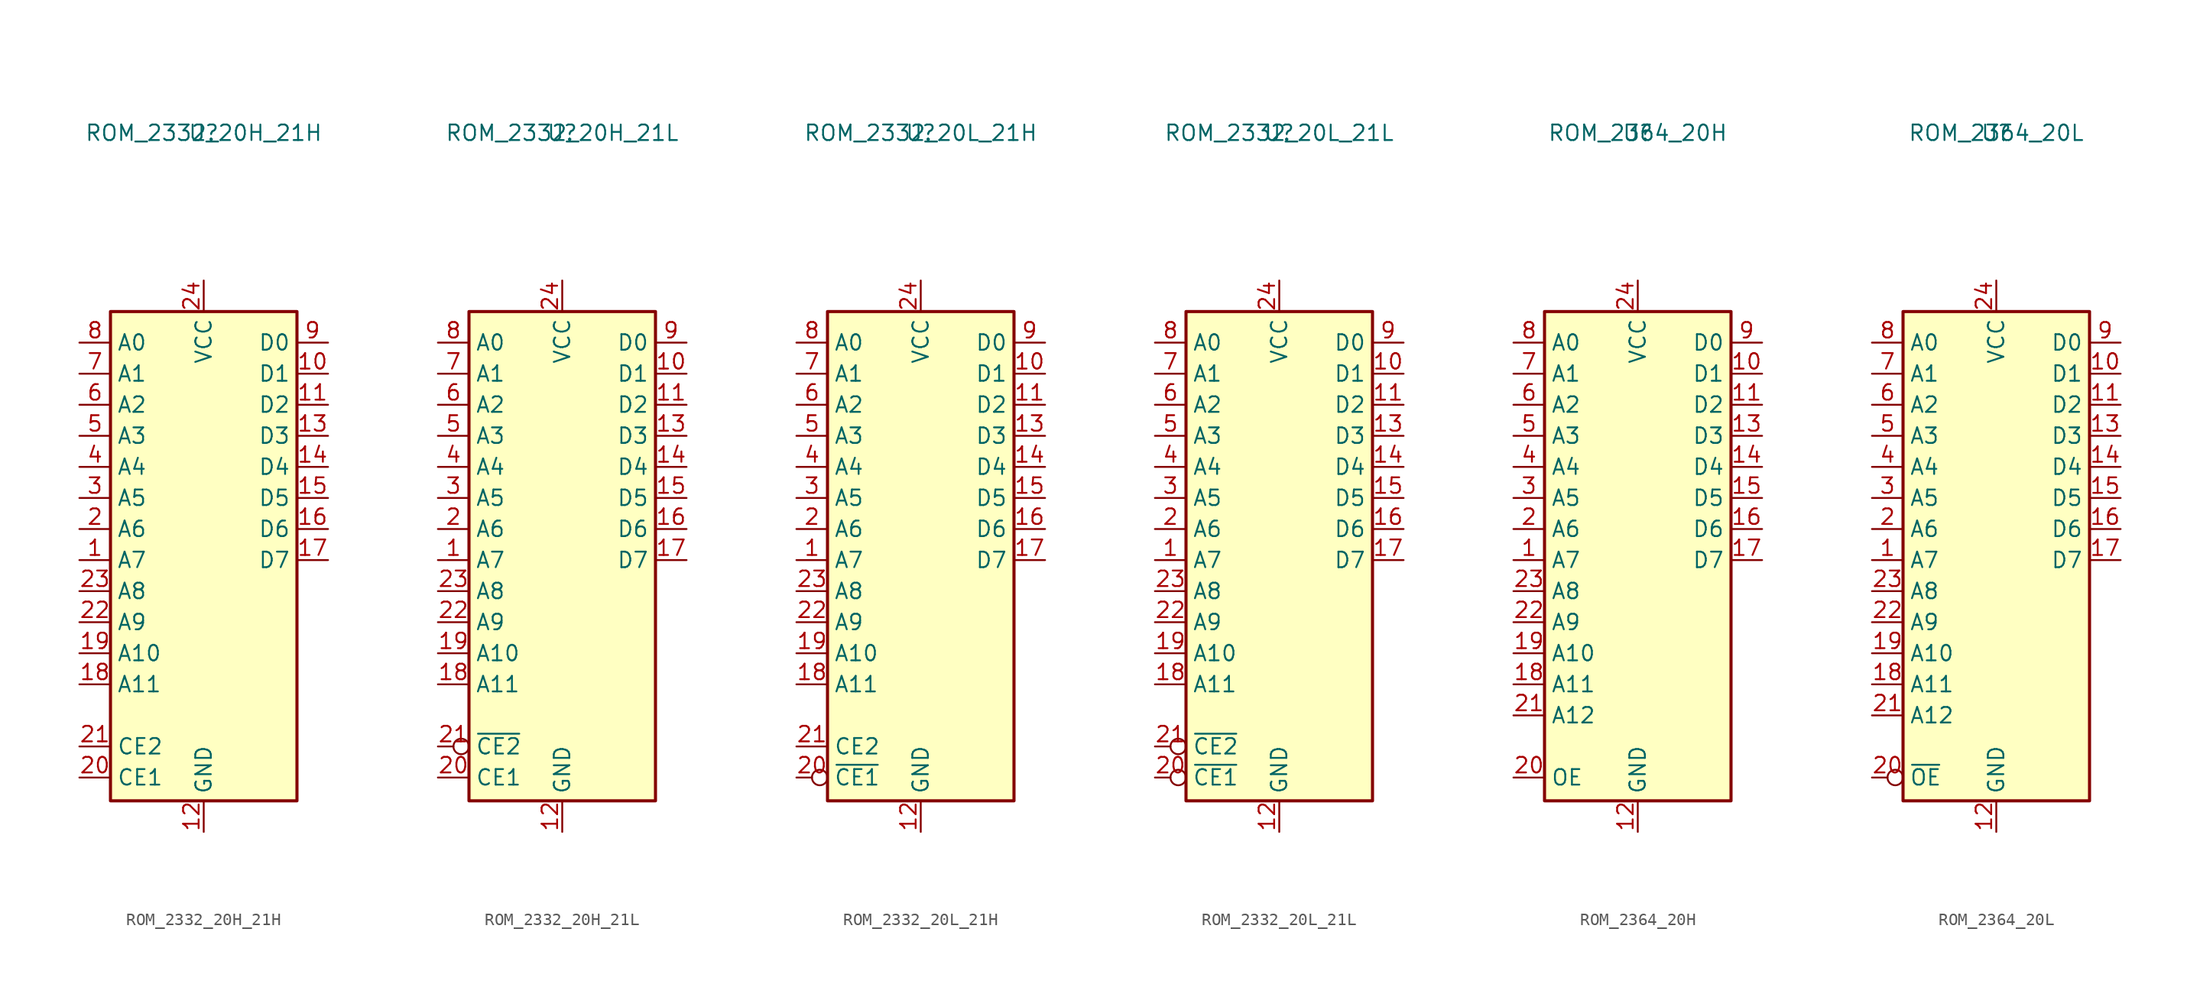
<source format=kicad_sym>
(kicad_symbol_lib
  (version 20241209)
  (generator "kicad_symbol_editor")
  (generator_version "9.0")
  (symbol "ROM_2332_20H_21H"
    (property "Reference" "U"
      (at 0 0 0)
      (effects (font (size 1.27 1.27))))
    (property "Value" "ROM_2332_20H_21H"
      (at 0 0 0)
      (effects (font (size 1.27 1.27))))
    (symbol "ROM_2332_20H_21H_1_1"
      (rectangle (start -7.62 -14.605) (end 7.62 -54.61) (stroke (width 0.254) (type default)) (fill (type background)))
      (pin input line (at -10.16 -17.145 0) (length 2.54) (name "A0" (effects (font (size 1.27 1.27)))) (number "8" (effects (font (size 1.27 1.27)))))
      (pin input line (at -10.16 -19.685 0) (length 2.54) (name "A1" (effects (font (size 1.27 1.27)))) (number "7" (effects (font (size 1.27 1.27)))))
      (pin input line (at -10.16 -22.225 0) (length 2.54) (name "A2" (effects (font (size 1.27 1.27)))) (number "6" (effects (font (size 1.27 1.27)))))
      (pin input line (at -10.16 -24.765 0) (length 2.54) (name "A3" (effects (font (size 1.27 1.27)))) (number "5" (effects (font (size 1.27 1.27)))))
      (pin input line (at -10.16 -27.305 0) (length 2.54) (name "A4" (effects (font (size 1.27 1.27)))) (number "4" (effects (font (size 1.27 1.27)))))
      (pin input line (at -10.16 -29.845 0) (length 2.54) (name "A5" (effects (font (size 1.27 1.27)))) (number "3" (effects (font (size 1.27 1.27)))))
      (pin input line (at -10.16 -32.385 0) (length 2.54) (name "A6" (effects (font (size 1.27 1.27)))) (number "2" (effects (font (size 1.27 1.27)))))
      (pin input line (at -10.16 -34.925 0) (length 2.54) (name "A7" (effects (font (size 1.27 1.27)))) (number "1" (effects (font (size 1.27 1.27)))))
      (pin input line (at -10.16 -37.465 0) (length 2.54) (name "A8" (effects (font (size 1.27 1.27)))) (number "23" (effects (font (size 1.27 1.27)))))
      (pin input line (at -10.16 -40.005 0) (length 2.54) (name "A9" (effects (font (size 1.27 1.27)))) (number "22" (effects (font (size 1.27 1.27)))))
      (pin input line (at -10.16 -42.545 0) (length 2.54) (name "A10" (effects (font (size 1.27 1.27)))) (number "19" (effects (font (size 1.27 1.27)))))
      (pin input line (at -10.16 -45.085 0) (length 2.54) (name "A11" (effects (font (size 1.27 1.27)))) (number "18" (effects (font (size 1.27 1.27)))))
      (pin input line (at -10.16 -50.165 0) (length 2.54) (name "CE2" (effects (font (size 1.27 1.27)))) (number "21" (effects (font (size 1.27 1.27)))))
      (pin input line (at -10.16 -52.705 0) (length 2.54) (name "CE1" (effects (font (size 1.27 1.27)))) (number "20" (effects (font (size 1.27 1.27)))))
      (pin power_in line (at 0 -12.065 270) (length 2.54) (name "VCC" (effects (font (size 1.27 1.27)))) (number "24" (effects (font (size 1.27 1.27)))))
      (pin power_in line (at 0 -57.15 90) (length 2.54) (name "GND" (effects (font (size 1.27 1.27)))) (number "12" (effects (font (size 1.27 1.27)))))
      (pin tri_state line (at 10.16 -17.145 180) (length 2.54) (name "D0" (effects (font (size 1.27 1.27)))) (number "9" (effects (font (size 1.27 1.27)))))
      (pin tri_state line (at 10.16 -19.685 180) (length 2.54) (name "D1" (effects (font (size 1.27 1.27)))) (number "10" (effects (font (size 1.27 1.27)))))
      (pin tri_state line (at 10.16 -22.225 180) (length 2.54) (name "D2" (effects (font (size 1.27 1.27)))) (number "11" (effects (font (size 1.27 1.27)))))
      (pin tri_state line (at 10.16 -24.765 180) (length 2.54) (name "D3" (effects (font (size 1.27 1.27)))) (number "13" (effects (font (size 1.27 1.27)))))
      (pin tri_state line (at 10.16 -27.305 180) (length 2.54) (name "D4" (effects (font (size 1.27 1.27)))) (number "14" (effects (font (size 1.27 1.27)))))
      (pin tri_state line (at 10.16 -29.845 180) (length 2.54) (name "D5" (effects (font (size 1.27 1.27)))) (number "15" (effects (font (size 1.27 1.27)))))
      (pin tri_state line (at 10.16 -32.385 180) (length 2.54) (name "D6" (effects (font (size 1.27 1.27)))) (number "16" (effects (font (size 1.27 1.27)))))
      (pin tri_state line (at 10.16 -34.925 180) (length 2.54) (name "D7" (effects (font (size 1.27 1.27)))) (number "17" (effects (font (size 1.27 1.27)))))))
  (symbol "ROM_2332_20H_21L"
    (property "Reference" "U"
      (at 0 0 0)
      (effects (font (size 1.27 1.27))))
    (property "Value" "ROM_2332_20H_21L"
      (at 0 0 0)
      (effects (font (size 1.27 1.27))))
    (symbol "ROM_2332_20H_21L_1_1"
      (rectangle (start -7.62 -14.605) (end 7.62 -54.61) (stroke (width 0.254) (type default)) (fill (type background)))
      (pin input line (at -10.16 -17.145 0) (length 2.54) (name "A0" (effects (font (size 1.27 1.27)))) (number "8" (effects (font (size 1.27 1.27)))))
      (pin input line (at -10.16 -19.685 0) (length 2.54) (name "A1" (effects (font (size 1.27 1.27)))) (number "7" (effects (font (size 1.27 1.27)))))
      (pin input line (at -10.16 -22.225 0) (length 2.54) (name "A2" (effects (font (size 1.27 1.27)))) (number "6" (effects (font (size 1.27 1.27)))))
      (pin input line (at -10.16 -24.765 0) (length 2.54) (name "A3" (effects (font (size 1.27 1.27)))) (number "5" (effects (font (size 1.27 1.27)))))
      (pin input line (at -10.16 -27.305 0) (length 2.54) (name "A4" (effects (font (size 1.27 1.27)))) (number "4" (effects (font (size 1.27 1.27)))))
      (pin input line (at -10.16 -29.845 0) (length 2.54) (name "A5" (effects (font (size 1.27 1.27)))) (number "3" (effects (font (size 1.27 1.27)))))
      (pin input line (at -10.16 -32.385 0) (length 2.54) (name "A6" (effects (font (size 1.27 1.27)))) (number "2" (effects (font (size 1.27 1.27)))))
      (pin input line (at -10.16 -34.925 0) (length 2.54) (name "A7" (effects (font (size 1.27 1.27)))) (number "1" (effects (font (size 1.27 1.27)))))
      (pin input line (at -10.16 -37.465 0) (length 2.54) (name "A8" (effects (font (size 1.27 1.27)))) (number "23" (effects (font (size 1.27 1.27)))))
      (pin input line (at -10.16 -40.005 0) (length 2.54) (name "A9" (effects (font (size 1.27 1.27)))) (number "22" (effects (font (size 1.27 1.27)))))
      (pin input line (at -10.16 -42.545 0) (length 2.54) (name "A10" (effects (font (size 1.27 1.27)))) (number "19" (effects (font (size 1.27 1.27)))))
      (pin input line (at -10.16 -45.085 0) (length 2.54) (name "A11" (effects (font (size 1.27 1.27)))) (number "18" (effects (font (size 1.27 1.27)))))
      (pin input inverted (at -10.16 -50.165 0) (length 2.54) (name "~{CE2}" (effects (font (size 1.27 1.27)))) (number "21" (effects (font (size 1.27 1.27)))))
      (pin input line (at -10.16 -52.705 0) (length 2.54) (name "CE1" (effects (font (size 1.27 1.27)))) (number "20" (effects (font (size 1.27 1.27)))))
      (pin power_in line (at 0 -12.065 270) (length 2.54) (name "VCC" (effects (font (size 1.27 1.27)))) (number "24" (effects (font (size 1.27 1.27)))))
      (pin power_in line (at 0 -57.15 90) (length 2.54) (name "GND" (effects (font (size 1.27 1.27)))) (number "12" (effects (font (size 1.27 1.27)))))
      (pin tri_state line (at 10.16 -17.145 180) (length 2.54) (name "D0" (effects (font (size 1.27 1.27)))) (number "9" (effects (font (size 1.27 1.27)))))
      (pin tri_state line (at 10.16 -19.685 180) (length 2.54) (name "D1" (effects (font (size 1.27 1.27)))) (number "10" (effects (font (size 1.27 1.27)))))
      (pin tri_state line (at 10.16 -22.225 180) (length 2.54) (name "D2" (effects (font (size 1.27 1.27)))) (number "11" (effects (font (size 1.27 1.27)))))
      (pin tri_state line (at 10.16 -24.765 180) (length 2.54) (name "D3" (effects (font (size 1.27 1.27)))) (number "13" (effects (font (size 1.27 1.27)))))
      (pin tri_state line (at 10.16 -27.305 180) (length 2.54) (name "D4" (effects (font (size 1.27 1.27)))) (number "14" (effects (font (size 1.27 1.27)))))
      (pin tri_state line (at 10.16 -29.845 180) (length 2.54) (name "D5" (effects (font (size 1.27 1.27)))) (number "15" (effects (font (size 1.27 1.27)))))
      (pin tri_state line (at 10.16 -32.385 180) (length 2.54) (name "D6" (effects (font (size 1.27 1.27)))) (number "16" (effects (font (size 1.27 1.27)))))
      (pin tri_state line (at 10.16 -34.925 180) (length 2.54) (name "D7" (effects (font (size 1.27 1.27)))) (number "17" (effects (font (size 1.27 1.27)))))))
  (symbol "ROM_2332_20L_21H"
    (property "Reference" "U"
      (at 0 0 0)
      (effects (font (size 1.27 1.27))))
    (property "Value" "ROM_2332_20L_21H"
      (at 0 0 0)
      (effects (font (size 1.27 1.27))))
    (symbol "ROM_2332_20L_21H_1_1"
      (rectangle (start -7.62 -14.605) (end 7.62 -54.61) (stroke (width 0.254) (type default)) (fill (type background)))
      (pin input line (at -10.16 -17.145 0) (length 2.54) (name "A0" (effects (font (size 1.27 1.27)))) (number "8" (effects (font (size 1.27 1.27)))))
      (pin input line (at -10.16 -19.685 0) (length 2.54) (name "A1" (effects (font (size 1.27 1.27)))) (number "7" (effects (font (size 1.27 1.27)))))
      (pin input line (at -10.16 -22.225 0) (length 2.54) (name "A2" (effects (font (size 1.27 1.27)))) (number "6" (effects (font (size 1.27 1.27)))))
      (pin input line (at -10.16 -24.765 0) (length 2.54) (name "A3" (effects (font (size 1.27 1.27)))) (number "5" (effects (font (size 1.27 1.27)))))
      (pin input line (at -10.16 -27.305 0) (length 2.54) (name "A4" (effects (font (size 1.27 1.27)))) (number "4" (effects (font (size 1.27 1.27)))))
      (pin input line (at -10.16 -29.845 0) (length 2.54) (name "A5" (effects (font (size 1.27 1.27)))) (number "3" (effects (font (size 1.27 1.27)))))
      (pin input line (at -10.16 -32.385 0) (length 2.54) (name "A6" (effects (font (size 1.27 1.27)))) (number "2" (effects (font (size 1.27 1.27)))))
      (pin input line (at -10.16 -34.925 0) (length 2.54) (name "A7" (effects (font (size 1.27 1.27)))) (number "1" (effects (font (size 1.27 1.27)))))
      (pin input line (at -10.16 -37.465 0) (length 2.54) (name "A8" (effects (font (size 1.27 1.27)))) (number "23" (effects (font (size 1.27 1.27)))))
      (pin input line (at -10.16 -40.005 0) (length 2.54) (name "A9" (effects (font (size 1.27 1.27)))) (number "22" (effects (font (size 1.27 1.27)))))
      (pin input line (at -10.16 -42.545 0) (length 2.54) (name "A10" (effects (font (size 1.27 1.27)))) (number "19" (effects (font (size 1.27 1.27)))))
      (pin input line (at -10.16 -45.085 0) (length 2.54) (name "A11" (effects (font (size 1.27 1.27)))) (number "18" (effects (font (size 1.27 1.27)))))
      (pin input line (at -10.16 -50.165 0) (length 2.54) (name "CE2" (effects (font (size 1.27 1.27)))) (number "21" (effects (font (size 1.27 1.27)))))
      (pin input inverted (at -10.16 -52.705 0) (length 2.54) (name "~{CE1}" (effects (font (size 1.27 1.27)))) (number "20" (effects (font (size 1.27 1.27)))))
      (pin power_in line (at 0 -12.065 270) (length 2.54) (name "VCC" (effects (font (size 1.27 1.27)))) (number "24" (effects (font (size 1.27 1.27)))))
      (pin power_in line (at 0 -57.15 90) (length 2.54) (name "GND" (effects (font (size 1.27 1.27)))) (number "12" (effects (font (size 1.27 1.27)))))
      (pin tri_state line (at 10.16 -17.145 180) (length 2.54) (name "D0" (effects (font (size 1.27 1.27)))) (number "9" (effects (font (size 1.27 1.27)))))
      (pin tri_state line (at 10.16 -19.685 180) (length 2.54) (name "D1" (effects (font (size 1.27 1.27)))) (number "10" (effects (font (size 1.27 1.27)))))
      (pin tri_state line (at 10.16 -22.225 180) (length 2.54) (name "D2" (effects (font (size 1.27 1.27)))) (number "11" (effects (font (size 1.27 1.27)))))
      (pin tri_state line (at 10.16 -24.765 180) (length 2.54) (name "D3" (effects (font (size 1.27 1.27)))) (number "13" (effects (font (size 1.27 1.27)))))
      (pin tri_state line (at 10.16 -27.305 180) (length 2.54) (name "D4" (effects (font (size 1.27 1.27)))) (number "14" (effects (font (size 1.27 1.27)))))
      (pin tri_state line (at 10.16 -29.845 180) (length 2.54) (name "D5" (effects (font (size 1.27 1.27)))) (number "15" (effects (font (size 1.27 1.27)))))
      (pin tri_state line (at 10.16 -32.385 180) (length 2.54) (name "D6" (effects (font (size 1.27 1.27)))) (number "16" (effects (font (size 1.27 1.27)))))
      (pin tri_state line (at 10.16 -34.925 180) (length 2.54) (name "D7" (effects (font (size 1.27 1.27)))) (number "17" (effects (font (size 1.27 1.27)))))))
  (symbol "ROM_2332_20L_21L"
    (property "Reference" "U"
      (at 0 0 0)
      (effects (font (size 1.27 1.27))))
    (property "Value" "ROM_2332_20L_21L"
      (at 0 0 0)
      (effects (font (size 1.27 1.27))))
    (symbol "ROM_2332_20L_21L_1_1"
      (rectangle (start -7.62 -14.605) (end 7.62 -54.61) (stroke (width 0.254) (type default)) (fill (type background)))
      (pin input line (at -10.16 -17.145 0) (length 2.54) (name "A0" (effects (font (size 1.27 1.27)))) (number "8" (effects (font (size 1.27 1.27)))))
      (pin input line (at -10.16 -19.685 0) (length 2.54) (name "A1" (effects (font (size 1.27 1.27)))) (number "7" (effects (font (size 1.27 1.27)))))
      (pin input line (at -10.16 -22.225 0) (length 2.54) (name "A2" (effects (font (size 1.27 1.27)))) (number "6" (effects (font (size 1.27 1.27)))))
      (pin input line (at -10.16 -24.765 0) (length 2.54) (name "A3" (effects (font (size 1.27 1.27)))) (number "5" (effects (font (size 1.27 1.27)))))
      (pin input line (at -10.16 -27.305 0) (length 2.54) (name "A4" (effects (font (size 1.27 1.27)))) (number "4" (effects (font (size 1.27 1.27)))))
      (pin input line (at -10.16 -29.845 0) (length 2.54) (name "A5" (effects (font (size 1.27 1.27)))) (number "3" (effects (font (size 1.27 1.27)))))
      (pin input line (at -10.16 -32.385 0) (length 2.54) (name "A6" (effects (font (size 1.27 1.27)))) (number "2" (effects (font (size 1.27 1.27)))))
      (pin input line (at -10.16 -34.925 0) (length 2.54) (name "A7" (effects (font (size 1.27 1.27)))) (number "1" (effects (font (size 1.27 1.27)))))
      (pin input line (at -10.16 -37.465 0) (length 2.54) (name "A8" (effects (font (size 1.27 1.27)))) (number "23" (effects (font (size 1.27 1.27)))))
      (pin input line (at -10.16 -40.005 0) (length 2.54) (name "A9" (effects (font (size 1.27 1.27)))) (number "22" (effects (font (size 1.27 1.27)))))
      (pin input line (at -10.16 -42.545 0) (length 2.54) (name "A10" (effects (font (size 1.27 1.27)))) (number "19" (effects (font (size 1.27 1.27)))))
      (pin input line (at -10.16 -45.085 0) (length 2.54) (name "A11" (effects (font (size 1.27 1.27)))) (number "18" (effects (font (size 1.27 1.27)))))
      (pin input inverted (at -10.16 -50.165 0) (length 2.54) (name "~{CE2}" (effects (font (size 1.27 1.27)))) (number "21" (effects (font (size 1.27 1.27)))))
      (pin input inverted (at -10.16 -52.705 0) (length 2.54) (name "~{CE1}" (effects (font (size 1.27 1.27)))) (number "20" (effects (font (size 1.27 1.27)))))
      (pin power_in line (at 0 -12.065 270) (length 2.54) (name "VCC" (effects (font (size 1.27 1.27)))) (number "24" (effects (font (size 1.27 1.27)))))
      (pin power_in line (at 0 -57.15 90) (length 2.54) (name "GND" (effects (font (size 1.27 1.27)))) (number "12" (effects (font (size 1.27 1.27)))))
      (pin tri_state line (at 10.16 -17.145 180) (length 2.54) (name "D0" (effects (font (size 1.27 1.27)))) (number "9" (effects (font (size 1.27 1.27)))))
      (pin tri_state line (at 10.16 -19.685 180) (length 2.54) (name "D1" (effects (font (size 1.27 1.27)))) (number "10" (effects (font (size 1.27 1.27)))))
      (pin tri_state line (at 10.16 -22.225 180) (length 2.54) (name "D2" (effects (font (size 1.27 1.27)))) (number "11" (effects (font (size 1.27 1.27)))))
      (pin tri_state line (at 10.16 -24.765 180) (length 2.54) (name "D3" (effects (font (size 1.27 1.27)))) (number "13" (effects (font (size 1.27 1.27)))))
      (pin tri_state line (at 10.16 -27.305 180) (length 2.54) (name "D4" (effects (font (size 1.27 1.27)))) (number "14" (effects (font (size 1.27 1.27)))))
      (pin tri_state line (at 10.16 -29.845 180) (length 2.54) (name "D5" (effects (font (size 1.27 1.27)))) (number "15" (effects (font (size 1.27 1.27)))))
      (pin tri_state line (at 10.16 -32.385 180) (length 2.54) (name "D6" (effects (font (size 1.27 1.27)))) (number "16" (effects (font (size 1.27 1.27)))))
      (pin tri_state line (at 10.16 -34.925 180) (length 2.54) (name "D7" (effects (font (size 1.27 1.27)))) (number "17" (effects (font (size 1.27 1.27)))))))
  (symbol "ROM_2364_20H"
    (property "Reference" "U"
      (at 0 0 0)
      (effects (font (size 1.27 1.27))))
    (property "Value" "ROM_2364_20H"
      (at 0 0 0)
      (effects (font (size 1.27 1.27))))
    (symbol "ROM_2364_20H_1_1"
      (rectangle (start -7.62 -14.605) (end 7.62 -54.61) (stroke (width 0.254) (type default)) (fill (type background)))
      (pin input line (at -10.16 -17.145 0) (length 2.54) (name "A0" (effects (font (size 1.27 1.27)))) (number "8" (effects (font (size 1.27 1.27)))))
      (pin input line (at -10.16 -19.685 0) (length 2.54) (name "A1" (effects (font (size 1.27 1.27)))) (number "7" (effects (font (size 1.27 1.27)))))
      (pin input line (at -10.16 -22.225 0) (length 2.54) (name "A2" (effects (font (size 1.27 1.27)))) (number "6" (effects (font (size 1.27 1.27)))))
      (pin input line (at -10.16 -24.765 0) (length 2.54) (name "A3" (effects (font (size 1.27 1.27)))) (number "5" (effects (font (size 1.27 1.27)))))
      (pin input line (at -10.16 -27.305 0) (length 2.54) (name "A4" (effects (font (size 1.27 1.27)))) (number "4" (effects (font (size 1.27 1.27)))))
      (pin input line (at -10.16 -29.845 0) (length 2.54) (name "A5" (effects (font (size 1.27 1.27)))) (number "3" (effects (font (size 1.27 1.27)))))
      (pin input line (at -10.16 -32.385 0) (length 2.54) (name "A6" (effects (font (size 1.27 1.27)))) (number "2" (effects (font (size 1.27 1.27)))))
      (pin input line (at -10.16 -34.925 0) (length 2.54) (name "A7" (effects (font (size 1.27 1.27)))) (number "1" (effects (font (size 1.27 1.27)))))
      (pin input line (at -10.16 -37.465 0) (length 2.54) (name "A8" (effects (font (size 1.27 1.27)))) (number "23" (effects (font (size 1.27 1.27)))))
      (pin input line (at -10.16 -40.005 0) (length 2.54) (name "A9" (effects (font (size 1.27 1.27)))) (number "22" (effects (font (size 1.27 1.27)))))
      (pin input line (at -10.16 -42.545 0) (length 2.54) (name "A10" (effects (font (size 1.27 1.27)))) (number "19" (effects (font (size 1.27 1.27)))))
      (pin input line (at -10.16 -45.085 0) (length 2.54) (name "A11" (effects (font (size 1.27 1.27)))) (number "18" (effects (font (size 1.27 1.27)))))
      (pin input line (at -10.16 -47.625 0) (length 2.54) (name "A12" (effects (font (size 1.27 1.27)))) (number "21" (effects (font (size 1.27 1.27)))))
      (pin input line (at -10.16 -52.705 0) (length 2.54) (name "OE" (effects (font (size 1.27 1.27)))) (number "20" (effects (font (size 1.27 1.27)))))
      (pin power_in line (at 0 -12.065 270) (length 2.54) (name "VCC" (effects (font (size 1.27 1.27)))) (number "24" (effects (font (size 1.27 1.27)))))
      (pin power_in line (at 0 -57.15 90) (length 2.54) (name "GND" (effects (font (size 1.27 1.27)))) (number "12" (effects (font (size 1.27 1.27)))))
      (pin tri_state line (at 10.16 -17.145 180) (length 2.54) (name "D0" (effects (font (size 1.27 1.27)))) (number "9" (effects (font (size 1.27 1.27)))))
      (pin tri_state line (at 10.16 -19.685 180) (length 2.54) (name "D1" (effects (font (size 1.27 1.27)))) (number "10" (effects (font (size 1.27 1.27)))))
      (pin tri_state line (at 10.16 -22.225 180) (length 2.54) (name "D2" (effects (font (size 1.27 1.27)))) (number "11" (effects (font (size 1.27 1.27)))))
      (pin tri_state line (at 10.16 -24.765 180) (length 2.54) (name "D3" (effects (font (size 1.27 1.27)))) (number "13" (effects (font (size 1.27 1.27)))))
      (pin tri_state line (at 10.16 -27.305 180) (length 2.54) (name "D4" (effects (font (size 1.27 1.27)))) (number "14" (effects (font (size 1.27 1.27)))))
      (pin tri_state line (at 10.16 -29.845 180) (length 2.54) (name "D5" (effects (font (size 1.27 1.27)))) (number "15" (effects (font (size 1.27 1.27)))))
      (pin tri_state line (at 10.16 -32.385 180) (length 2.54) (name "D6" (effects (font (size 1.27 1.27)))) (number "16" (effects (font (size 1.27 1.27)))))
      (pin tri_state line (at 10.16 -34.925 180) (length 2.54) (name "D7" (effects (font (size 1.27 1.27)))) (number "17" (effects (font (size 1.27 1.27)))))))
  (symbol "ROM_2364_20L"
    (property "Reference" "U"
      (at 0 0 0)
      (effects (font (size 1.27 1.27))))
    (property "Value" "ROM_2364_20L"
      (at 0 0 0)
      (effects (font (size 1.27 1.27))))
    (symbol "ROM_2364_20L_1_1"
      (rectangle (start -7.62 -14.605) (end 7.62 -54.61) (stroke (width 0.254) (type default)) (fill (type background)))
      (pin input line (at -10.16 -17.145 0) (length 2.54) (name "A0" (effects (font (size 1.27 1.27)))) (number "8" (effects (font (size 1.27 1.27)))))
      (pin input line (at -10.16 -19.685 0) (length 2.54) (name "A1" (effects (font (size 1.27 1.27)))) (number "7" (effects (font (size 1.27 1.27)))))
      (pin input line (at -10.16 -22.225 0) (length 2.54) (name "A2" (effects (font (size 1.27 1.27)))) (number "6" (effects (font (size 1.27 1.27)))))
      (pin input line (at -10.16 -24.765 0) (length 2.54) (name "A3" (effects (font (size 1.27 1.27)))) (number "5" (effects (font (size 1.27 1.27)))))
      (pin input line (at -10.16 -27.305 0) (length 2.54) (name "A4" (effects (font (size 1.27 1.27)))) (number "4" (effects (font (size 1.27 1.27)))))
      (pin input line (at -10.16 -29.845 0) (length 2.54) (name "A5" (effects (font (size 1.27 1.27)))) (number "3" (effects (font (size 1.27 1.27)))))
      (pin input line (at -10.16 -32.385 0) (length 2.54) (name "A6" (effects (font (size 1.27 1.27)))) (number "2" (effects (font (size 1.27 1.27)))))
      (pin input line (at -10.16 -34.925 0) (length 2.54) (name "A7" (effects (font (size 1.27 1.27)))) (number "1" (effects (font (size 1.27 1.27)))))
      (pin input line (at -10.16 -37.465 0) (length 2.54) (name "A8" (effects (font (size 1.27 1.27)))) (number "23" (effects (font (size 1.27 1.27)))))
      (pin input line (at -10.16 -40.005 0) (length 2.54) (name "A9" (effects (font (size 1.27 1.27)))) (number "22" (effects (font (size 1.27 1.27)))))
      (pin input line (at -10.16 -42.545 0) (length 2.54) (name "A10" (effects (font (size 1.27 1.27)))) (number "19" (effects (font (size 1.27 1.27)))))
      (pin input line (at -10.16 -45.085 0) (length 2.54) (name "A11" (effects (font (size 1.27 1.27)))) (number "18" (effects (font (size 1.27 1.27)))))
      (pin input line (at -10.16 -47.625 0) (length 2.54) (name "A12" (effects (font (size 1.27 1.27)))) (number "21" (effects (font (size 1.27 1.27)))))
      (pin input inverted (at -10.16 -52.705 0) (length 2.54) (name "~{OE}" (effects (font (size 1.27 1.27)))) (number "20" (effects (font (size 1.27 1.27)))))
      (pin power_in line (at 0 -12.065 270) (length 2.54) (name "VCC" (effects (font (size 1.27 1.27)))) (number "24" (effects (font (size 1.27 1.27)))))
      (pin power_in line (at 0 -57.15 90) (length 2.54) (name "GND" (effects (font (size 1.27 1.27)))) (number "12" (effects (font (size 1.27 1.27)))))
      (pin tri_state line (at 10.16 -17.145 180) (length 2.54) (name "D0" (effects (font (size 1.27 1.27)))) (number "9" (effects (font (size 1.27 1.27)))))
      (pin tri_state line (at 10.16 -19.685 180) (length 2.54) (name "D1" (effects (font (size 1.27 1.27)))) (number "10" (effects (font (size 1.27 1.27)))))
      (pin tri_state line (at 10.16 -22.225 180) (length 2.54) (name "D2" (effects (font (size 1.27 1.27)))) (number "11" (effects (font (size 1.27 1.27)))))
      (pin tri_state line (at 10.16 -24.765 180) (length 2.54) (name "D3" (effects (font (size 1.27 1.27)))) (number "13" (effects (font (size 1.27 1.27)))))
      (pin tri_state line (at 10.16 -27.305 180) (length 2.54) (name "D4" (effects (font (size 1.27 1.27)))) (number "14" (effects (font (size 1.27 1.27)))))
      (pin tri_state line (at 10.16 -29.845 180) (length 2.54) (name "D5" (effects (font (size 1.27 1.27)))) (number "15" (effects (font (size 1.27 1.27)))))
      (pin tri_state line (at 10.16 -32.385 180) (length 2.54) (name "D6" (effects (font (size 1.27 1.27)))) (number "16" (effects (font (size 1.27 1.27)))))
      (pin tri_state line (at 10.16 -34.925 180) (length 2.54) (name "D7" (effects (font (size 1.27 1.27)))) (number "17" (effects (font (size 1.27 1.27))))))))
</source>
